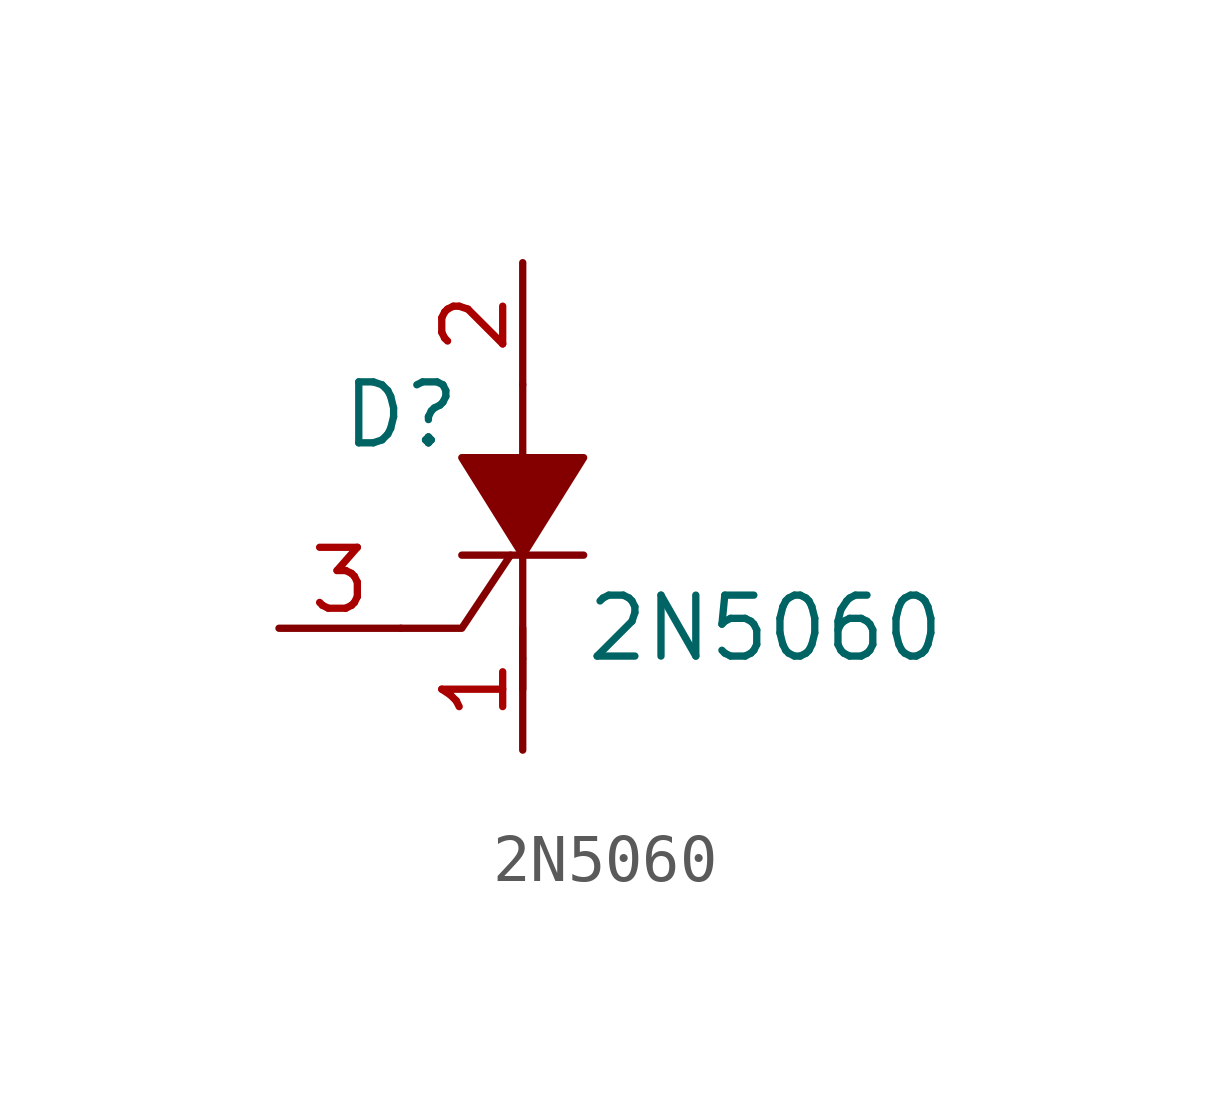
<source format=kicad_sym>
(kicad_symbol_lib
  (version 20220914)
  (generator kicad_symbol_editor)
  (symbol "2N5060"
    (pin_names
      (offset 0) hide)
    (property "Reference" "D"
      (at -2.54 1.905 0)
      (effects (font (size 1.27 1.27))))
    (property "Value" "2N5060"
      (at 1.27 -2.54 0)
      (effects (font (size 1.27 1.27)) (justify left)))
    (symbol "2N5060_0_1"
      (polyline (pts (xy -1.27 -1.016) (xy 1.27 -1.016)) (stroke (width 0) (type solid)) (fill (type none)))
      (polyline (pts (xy 0 -3.175) (xy 0 -3.81)) (stroke (width 0) (type solid)) (fill (type none)))
      (polyline (pts (xy 0 -3.175) (xy 0 -0.635)) (stroke (width 0) (type solid)) (fill (type none)))
      (polyline (pts (xy 0 0.635) (xy 0 2.54)) (stroke (width 0) (type solid)) (fill (type none)))
      (polyline (pts (xy -0.254 -1.016) (xy -1.27 -2.54) (xy -2.54 -2.54)) (stroke (width 0) (type solid)) (fill (type none)))
      (polyline (pts (xy 0 -1.016) (xy -1.27 1.016) (xy 1.27 1.016) (xy 0 -1.016)) (stroke (width 0) (type solid)) (fill (type outline))))
    (symbol "2N5060_1_1"
      (pin passive line (at 0 -5.08 90) (length 2.54) (name "C" (effects (font (size 1.27 1.27)))) (number "1" (effects (font (size 1.27 1.27)))))
      (pin passive line (at 0 5.08 270) (length 2.54) (name "A" (effects (font (size 1.27 1.27)))) (number "2" (effects (font (size 1.27 1.27)))))
      (pin input line (at -5.08 -2.54 0) (length 2.54) (name "G" (effects (font (size 1.27 1.27)))) (number "3" (effects (font (size 1.27 1.27))))))))
</source>
